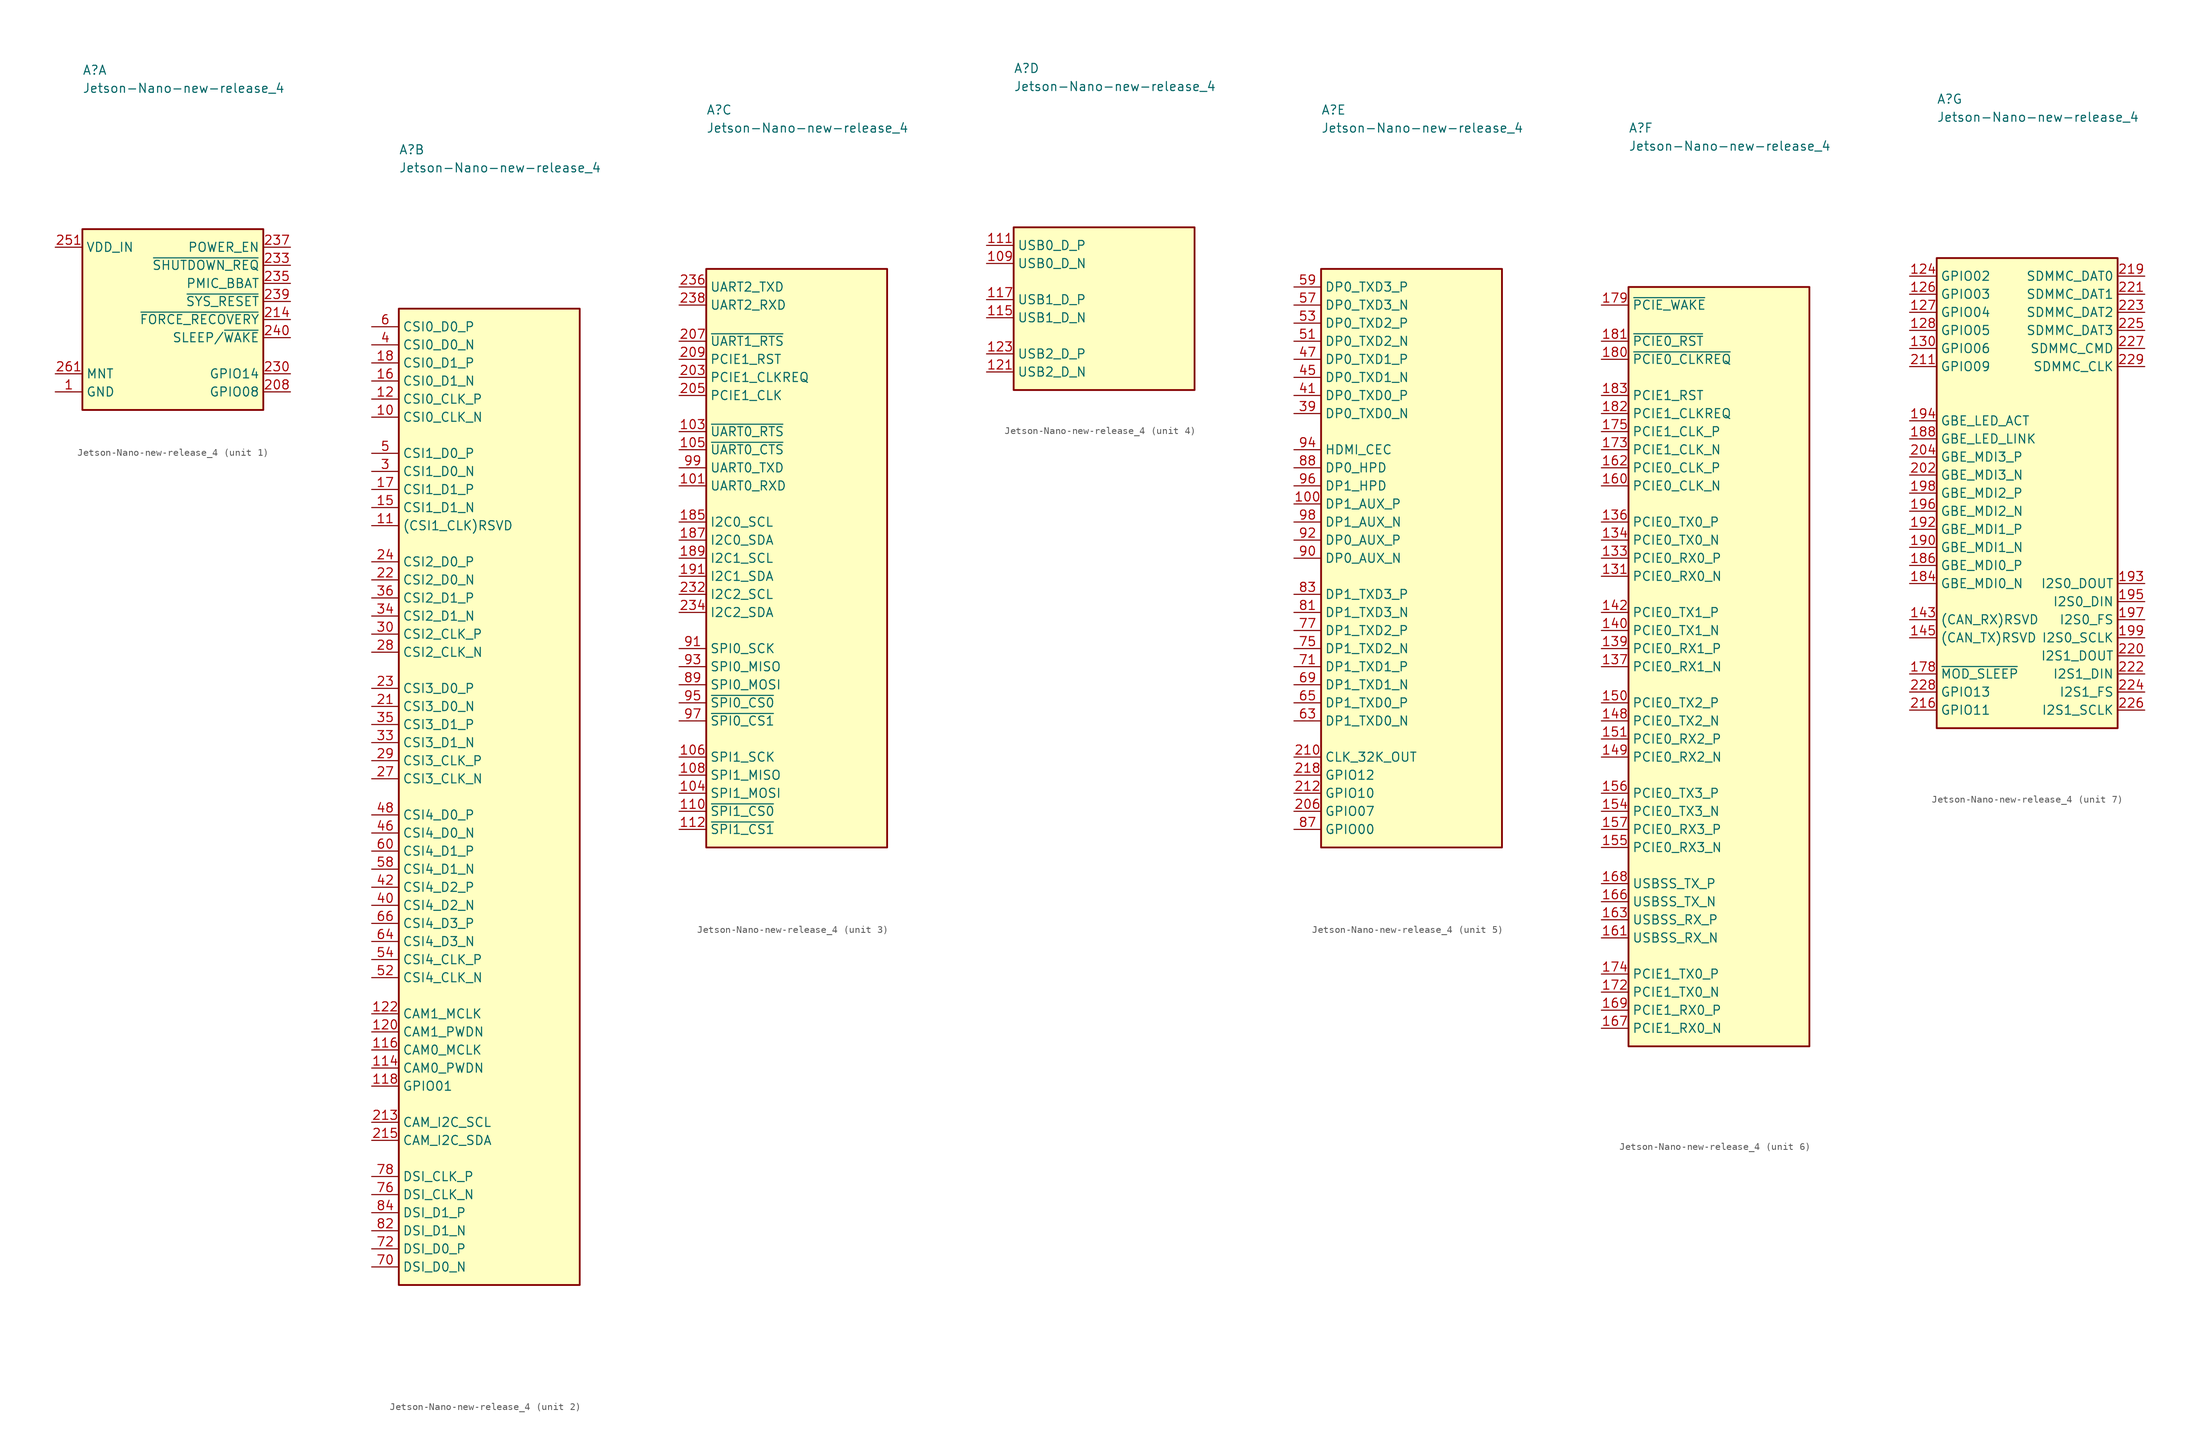
<source format=kicad_sym>
(kicad_symbol_lib
  (version 20231120)
  (generator "kicad_symbol_editor")
  (generator_version "8.0")
  (symbol "Jetson-Nano-new-release_4"
    (property "Reference" "A"
      (at 3.81 24.13 0)
      (effects (font (size 1.27 1.27) (thickness 0.15)) (justify left bottom)))
    (property "Value" "Jetson-Nano-new-release_4"
      (at 3.81 21.59 0)
      (effects (font (size 1.27 1.27) (thickness 0.15)) (justify left bottom)))
    (property "ki_locked" ""
      (at 0 0 0)
      (effects (font (size 1.27 1.27))))
    (symbol "Jetson-Nano-new-release_4_1_1"
      (rectangle (start 3.81 2.54) (end 29.21 -22.86) (stroke (width 0.254) (type default)) (fill (type background)))
      (pin passive line (at 0 -20.32 0) (length 3.81) (name "GND" (effects (font (size 1.27 1.27)))) (number "1" (effects (font (size 1.27 1.27)))))
      (pin passive line (at 0 -20.32 0) (length 3.81) hide (name "GND" (effects (font (size 1.27 1.27)))) (number "102" (effects (font (size 1.27 1.27)))))
      (pin passive line (at 0 -20.32 0) (length 3.81) hide (name "GND" (effects (font (size 1.27 1.27)))) (number "107" (effects (font (size 1.27 1.27)))))
      (pin passive line (at 0 -20.32 0) (length 3.81) hide (name "GND" (effects (font (size 1.27 1.27)))) (number "113" (effects (font (size 1.27 1.27)))))
      (pin passive line (at 0 -20.32 0) (length 3.81) hide (name "GND" (effects (font (size 1.27 1.27)))) (number "119" (effects (font (size 1.27 1.27)))))
      (pin passive line (at 0 -20.32 0) (length 3.81) hide (name "GND" (effects (font (size 1.27 1.27)))) (number "125" (effects (font (size 1.27 1.27)))))
      (pin passive line (at 0 -20.32 0) (length 3.81) hide (name "GND" (effects (font (size 1.27 1.27)))) (number "129" (effects (font (size 1.27 1.27)))))
      (pin passive line (at 0 -20.32 0) (length 3.81) hide (name "GND" (effects (font (size 1.27 1.27)))) (number "13" (effects (font (size 1.27 1.27)))))
      (pin passive line (at 0 -20.32 0) (length 3.81) hide (name "GND" (effects (font (size 1.27 1.27)))) (number "132" (effects (font (size 1.27 1.27)))))
      (pin passive line (at 0 -20.32 0) (length 3.81) hide (name "GND" (effects (font (size 1.27 1.27)))) (number "135" (effects (font (size 1.27 1.27)))))
      (pin passive line (at 0 -20.32 0) (length 3.81) hide (name "GND" (effects (font (size 1.27 1.27)))) (number "138" (effects (font (size 1.27 1.27)))))
      (pin passive line (at 0 -20.32 0) (length 3.81) hide (name "GND" (effects (font (size 1.27 1.27)))) (number "14" (effects (font (size 1.27 1.27)))))
      (pin passive line (at 0 -20.32 0) (length 3.81) hide (name "GND" (effects (font (size 1.27 1.27)))) (number "141" (effects (font (size 1.27 1.27)))))
      (pin passive line (at 0 -20.32 0) (length 3.81) hide (name "GND" (effects (font (size 1.27 1.27)))) (number "144" (effects (font (size 1.27 1.27)))))
      (pin passive line (at 0 -20.32 0) (length 3.81) hide (name "GND" (effects (font (size 1.27 1.27)))) (number "146" (effects (font (size 1.27 1.27)))))
      (pin passive line (at 0 -20.32 0) (length 3.81) hide (name "GND" (effects (font (size 1.27 1.27)))) (number "147" (effects (font (size 1.27 1.27)))))
      (pin passive line (at 0 -20.32 0) (length 3.81) hide (name "GND" (effects (font (size 1.27 1.27)))) (number "152" (effects (font (size 1.27 1.27)))))
      (pin passive line (at 0 -20.32 0) (length 3.81) hide (name "GND" (effects (font (size 1.27 1.27)))) (number "153" (effects (font (size 1.27 1.27)))))
      (pin passive line (at 0 -20.32 0) (length 3.81) hide (name "GND" (effects (font (size 1.27 1.27)))) (number "158" (effects (font (size 1.27 1.27)))))
      (pin passive line (at 0 -20.32 0) (length 3.81) hide (name "GND" (effects (font (size 1.27 1.27)))) (number "159" (effects (font (size 1.27 1.27)))))
      (pin passive line (at 0 -20.32 0) (length 3.81) hide (name "GND" (effects (font (size 1.27 1.27)))) (number "164" (effects (font (size 1.27 1.27)))))
      (pin passive line (at 0 -20.32 0) (length 3.81) hide (name "GND" (effects (font (size 1.27 1.27)))) (number "165" (effects (font (size 1.27 1.27)))))
      (pin passive line (at 0 -20.32 0) (length 3.81) hide (name "GND" (effects (font (size 1.27 1.27)))) (number "170" (effects (font (size 1.27 1.27)))))
      (pin passive line (at 0 -20.32 0) (length 3.81) hide (name "GND" (effects (font (size 1.27 1.27)))) (number "171" (effects (font (size 1.27 1.27)))))
      (pin passive line (at 0 -20.32 0) (length 3.81) hide (name "GND" (effects (font (size 1.27 1.27)))) (number "176" (effects (font (size 1.27 1.27)))))
      (pin passive line (at 0 -20.32 0) (length 3.81) hide (name "GND" (effects (font (size 1.27 1.27)))) (number "177" (effects (font (size 1.27 1.27)))))
      (pin passive line (at 0 -20.32 0) (length 3.81) hide (name "GND" (effects (font (size 1.27 1.27)))) (number "19" (effects (font (size 1.27 1.27)))))
      (pin passive line (at 0 -20.32 0) (length 3.81) hide (name "GND" (effects (font (size 1.27 1.27)))) (number "2" (effects (font (size 1.27 1.27)))))
      (pin passive line (at 0 -20.32 0) (length 3.81) hide (name "GND" (effects (font (size 1.27 1.27)))) (number "20" (effects (font (size 1.27 1.27)))))
      (pin passive line (at 0 -20.32 0) (length 3.81) hide (name "GND" (effects (font (size 1.27 1.27)))) (number "200" (effects (font (size 1.27 1.27)))))
      (pin passive line (at 0 -20.32 0) (length 3.81) hide (name "GND" (effects (font (size 1.27 1.27)))) (number "201" (effects (font (size 1.27 1.27)))))
      (pin passive line (at 33.02 -20.32 180) (length 3.81) (name "GPIO08" (effects (font (size 1.27 1.27)))) (number "208" (effects (font (size 1.27 1.27)))))
      (pin passive line (at 33.02 -10.16 180) (length 3.81) (name "~{FORCE_RECOVERY}" (effects (font (size 1.27 1.27)))) (number "214" (effects (font (size 1.27 1.27)))))
      (pin passive line (at 0 -20.32 0) (length 3.81) hide (name "GND" (effects (font (size 1.27 1.27)))) (number "217" (effects (font (size 1.27 1.27)))))
      (pin passive line (at 33.02 -17.78 180) (length 3.81) (name "GPIO14" (effects (font (size 1.27 1.27)))) (number "230" (effects (font (size 1.27 1.27)))))
      (pin passive line (at 0 -20.32 0) (length 3.81) hide (name "GND" (effects (font (size 1.27 1.27)))) (number "231" (effects (font (size 1.27 1.27)))))
      (pin passive line (at 33.02 -2.54 180) (length 3.81) (name "~{SHUTDOWN_REQ}" (effects (font (size 1.27 1.27)))) (number "233" (effects (font (size 1.27 1.27)))))
      (pin passive line (at 33.02 -5.08 180) (length 3.81) (name "PMIC_BBAT" (effects (font (size 1.27 1.27)))) (number "235" (effects (font (size 1.27 1.27)))))
      (pin passive line (at 33.02 0 180) (length 3.81) (name "POWER_EN" (effects (font (size 1.27 1.27)))) (number "237" (effects (font (size 1.27 1.27)))))
      (pin passive line (at 33.02 -7.62 180) (length 3.81) (name "~{SYS_RESET}" (effects (font (size 1.27 1.27)))) (number "239" (effects (font (size 1.27 1.27)))))
      (pin passive line (at 33.02 -12.7 180) (length 3.81) (name "SLEEP/~{WAKE}" (effects (font (size 1.27 1.27)))) (number "240" (effects (font (size 1.27 1.27)))))
      (pin passive line (at 0 -20.32 0) (length 3.81) hide (name "GND" (effects (font (size 1.27 1.27)))) (number "241" (effects (font (size 1.27 1.27)))))
      (pin passive line (at 0 -20.32 0) (length 3.81) hide (name "GND" (effects (font (size 1.27 1.27)))) (number "242" (effects (font (size 1.27 1.27)))))
      (pin passive line (at 0 -20.32 0) (length 3.81) hide (name "GND" (effects (font (size 1.27 1.27)))) (number "243" (effects (font (size 1.27 1.27)))))
      (pin passive line (at 0 -20.32 0) (length 3.81) hide (name "GND" (effects (font (size 1.27 1.27)))) (number "244" (effects (font (size 1.27 1.27)))))
      (pin passive line (at 0 -20.32 0) (length 3.81) hide (name "GND" (effects (font (size 1.27 1.27)))) (number "245" (effects (font (size 1.27 1.27)))))
      (pin passive line (at 0 -20.32 0) (length 3.81) hide (name "GND" (effects (font (size 1.27 1.27)))) (number "246" (effects (font (size 1.27 1.27)))))
      (pin passive line (at 0 -20.32 0) (length 3.81) hide (name "GND" (effects (font (size 1.27 1.27)))) (number "247" (effects (font (size 1.27 1.27)))))
      (pin passive line (at 0 -20.32 0) (length 3.81) hide (name "GND" (effects (font (size 1.27 1.27)))) (number "248" (effects (font (size 1.27 1.27)))))
      (pin passive line (at 0 -20.32 0) (length 3.81) hide (name "GND" (effects (font (size 1.27 1.27)))) (number "249" (effects (font (size 1.27 1.27)))))
      (pin passive line (at 0 -20.32 0) (length 3.81) hide (name "GND" (effects (font (size 1.27 1.27)))) (number "25" (effects (font (size 1.27 1.27)))))
      (pin passive line (at 0 -20.32 0) (length 3.81) hide (name "GND" (effects (font (size 1.27 1.27)))) (number "250" (effects (font (size 1.27 1.27)))))
      (pin passive line (at 0 0 0) (length 3.81) (name "VDD_IN" (effects (font (size 1.27 1.27)))) (number "251" (effects (font (size 1.27 1.27)))))
      (pin passive line (at 0 0 0) (length 3.81) hide (name "VDD_IN" (effects (font (size 1.27 1.27)))) (number "252" (effects (font (size 1.27 1.27)))))
      (pin passive line (at 0 0 0) (length 3.81) hide (name "VDD_IN" (effects (font (size 1.27 1.27)))) (number "253" (effects (font (size 1.27 1.27)))))
      (pin passive line (at 0 0 0) (length 3.81) hide (name "VDD_IN" (effects (font (size 1.27 1.27)))) (number "254" (effects (font (size 1.27 1.27)))))
      (pin passive line (at 0 0 0) (length 3.81) hide (name "VDD_IN" (effects (font (size 1.27 1.27)))) (number "255" (effects (font (size 1.27 1.27)))))
      (pin passive line (at 0 0 0) (length 3.81) hide (name "VDD_IN" (effects (font (size 1.27 1.27)))) (number "256" (effects (font (size 1.27 1.27)))))
      (pin passive line (at 0 0 0) (length 3.81) hide (name "VDD_IN" (effects (font (size 1.27 1.27)))) (number "257" (effects (font (size 1.27 1.27)))))
      (pin passive line (at 0 0 0) (length 3.81) hide (name "VDD_IN" (effects (font (size 1.27 1.27)))) (number "258" (effects (font (size 1.27 1.27)))))
      (pin passive line (at 0 0 0) (length 3.81) hide (name "VDD_IN" (effects (font (size 1.27 1.27)))) (number "259" (effects (font (size 1.27 1.27)))))
      (pin passive line (at 0 -20.32 0) (length 3.81) hide (name "GND" (effects (font (size 1.27 1.27)))) (number "26" (effects (font (size 1.27 1.27)))))
      (pin passive line (at 0 0 0) (length 3.81) hide (name "VDD_IN" (effects (font (size 1.27 1.27)))) (number "260" (effects (font (size 1.27 1.27)))))
      (pin passive line (at 0 -17.78 0) (length 3.81) (name "MNT" (effects (font (size 1.27 1.27)))) (number "261" (effects (font (size 1.27 1.27)))))
      (pin passive line (at 0 -17.78 0) (length 3.81) hide (name "MNT" (effects (font (size 1.27 1.27)))) (number "262" (effects (font (size 1.27 1.27)))))
      (pin passive line (at 0 -20.32 0) (length 3.81) hide (name "GND" (effects (font (size 1.27 1.27)))) (number "31" (effects (font (size 1.27 1.27)))))
      (pin passive line (at 0 -20.32 0) (length 3.81) hide (name "GND" (effects (font (size 1.27 1.27)))) (number "32" (effects (font (size 1.27 1.27)))))
      (pin passive line (at 0 -20.32 0) (length 3.81) hide (name "GND" (effects (font (size 1.27 1.27)))) (number "37" (effects (font (size 1.27 1.27)))))
      (pin passive line (at 0 -20.32 0) (length 3.81) hide (name "GND" (effects (font (size 1.27 1.27)))) (number "38" (effects (font (size 1.27 1.27)))))
      (pin passive line (at 0 -20.32 0) (length 3.81) hide (name "GND" (effects (font (size 1.27 1.27)))) (number "43" (effects (font (size 1.27 1.27)))))
      (pin passive line (at 0 -20.32 0) (length 3.81) hide (name "GND" (effects (font (size 1.27 1.27)))) (number "44" (effects (font (size 1.27 1.27)))))
      (pin passive line (at 0 -20.32 0) (length 3.81) hide (name "GND" (effects (font (size 1.27 1.27)))) (number "49" (effects (font (size 1.27 1.27)))))
      (pin passive line (at 0 -20.32 0) (length 3.81) hide (name "GND" (effects (font (size 1.27 1.27)))) (number "50" (effects (font (size 1.27 1.27)))))
      (pin passive line (at 0 -20.32 0) (length 3.81) hide (name "GND" (effects (font (size 1.27 1.27)))) (number "55" (effects (font (size 1.27 1.27)))))
      (pin passive line (at 0 -20.32 0) (length 3.81) hide (name "GND" (effects (font (size 1.27 1.27)))) (number "56" (effects (font (size 1.27 1.27)))))
      (pin passive line (at 0 -20.32 0) (length 3.81) hide (name "GND" (effects (font (size 1.27 1.27)))) (number "61" (effects (font (size 1.27 1.27)))))
      (pin passive line (at 0 -20.32 0) (length 3.81) hide (name "GND" (effects (font (size 1.27 1.27)))) (number "62" (effects (font (size 1.27 1.27)))))
      (pin passive line (at 0 -20.32 0) (length 3.81) hide (name "GND" (effects (font (size 1.27 1.27)))) (number "67" (effects (font (size 1.27 1.27)))))
      (pin passive line (at 0 -20.32 0) (length 3.81) hide (name "GND" (effects (font (size 1.27 1.27)))) (number "68" (effects (font (size 1.27 1.27)))))
      (pin passive line (at 0 -20.32 0) (length 3.81) hide (name "GND" (effects (font (size 1.27 1.27)))) (number "7" (effects (font (size 1.27 1.27)))))
      (pin passive line (at 0 -20.32 0) (length 3.81) hide (name "GND" (effects (font (size 1.27 1.27)))) (number "73" (effects (font (size 1.27 1.27)))))
      (pin passive line (at 0 -20.32 0) (length 3.81) hide (name "GND" (effects (font (size 1.27 1.27)))) (number "74" (effects (font (size 1.27 1.27)))))
      (pin passive line (at 0 -20.32 0) (length 3.81) hide (name "GND" (effects (font (size 1.27 1.27)))) (number "79" (effects (font (size 1.27 1.27)))))
      (pin passive line (at 0 -20.32 0) (length 3.81) hide (name "GND" (effects (font (size 1.27 1.27)))) (number "8" (effects (font (size 1.27 1.27)))))
      (pin passive line (at 0 -20.32 0) (length 3.81) hide (name "GND" (effects (font (size 1.27 1.27)))) (number "80" (effects (font (size 1.27 1.27)))))
      (pin passive line (at 0 -20.32 0) (length 3.81) hide (name "GND" (effects (font (size 1.27 1.27)))) (number "85" (effects (font (size 1.27 1.27)))))
      (pin passive line (at 0 -20.32 0) (length 3.81) hide (name "GND" (effects (font (size 1.27 1.27)))) (number "86" (effects (font (size 1.27 1.27))))))
    (symbol "Jetson-Nano-new-release_4_2_1"
      (rectangle (start 3.81 2.54) (end 29.21 -134.62) (stroke (width 0.254) (type default)) (fill (type background)))
      (pin passive line (at 0 -12.7 0) (length 3.81) (name "CSI0_CLK_N" (effects (font (size 1.27 1.27)))) (number "10" (effects (font (size 1.27 1.27)))))
      (pin passive line (at 0 -27.94 0) (length 3.81) (name "(CSI1_CLK)RSVD" (effects (font (size 1.27 1.27)))) (number "11" (effects (font (size 1.27 1.27)))))
      (pin passive line (at 0 -104.14 0) (length 3.81) (name "CAM0_PWDN" (effects (font (size 1.27 1.27)))) (number "114" (effects (font (size 1.27 1.27)))))
      (pin passive line (at 0 -101.6 0) (length 3.81) (name "CAM0_MCLK" (effects (font (size 1.27 1.27)))) (number "116" (effects (font (size 1.27 1.27)))))
      (pin passive line (at 0 -106.68 0) (length 3.81) (name "GPIO01" (effects (font (size 1.27 1.27)))) (number "118" (effects (font (size 1.27 1.27)))))
      (pin passive line (at 0 -10.16 0) (length 3.81) (name "CSI0_CLK_P" (effects (font (size 1.27 1.27)))) (number "12" (effects (font (size 1.27 1.27)))))
      (pin passive line (at 0 -99.06 0) (length 3.81) (name "CAM1_PWDN" (effects (font (size 1.27 1.27)))) (number "120" (effects (font (size 1.27 1.27)))))
      (pin passive line (at 0 -96.52 0) (length 3.81) (name "CAM1_MCLK" (effects (font (size 1.27 1.27)))) (number "122" (effects (font (size 1.27 1.27)))))
      (pin passive line (at 0 -25.4 0) (length 3.81) (name "CSI1_D1_N" (effects (font (size 1.27 1.27)))) (number "15" (effects (font (size 1.27 1.27)))))
      (pin passive line (at 0 -7.62 0) (length 3.81) (name "CSI0_D1_N" (effects (font (size 1.27 1.27)))) (number "16" (effects (font (size 1.27 1.27)))))
      (pin passive line (at 0 -22.86 0) (length 3.81) (name "CSI1_D1_P" (effects (font (size 1.27 1.27)))) (number "17" (effects (font (size 1.27 1.27)))))
      (pin passive line (at 0 -5.08 0) (length 3.81) (name "CSI0_D1_P" (effects (font (size 1.27 1.27)))) (number "18" (effects (font (size 1.27 1.27)))))
      (pin passive line (at 0 -53.34 0) (length 3.81) (name "CSI3_D0_N" (effects (font (size 1.27 1.27)))) (number "21" (effects (font (size 1.27 1.27)))))
      (pin passive line (at 0 -111.76 0) (length 3.81) (name "CAM_I2C_SCL" (effects (font (size 1.27 1.27)))) (number "213" (effects (font (size 1.27 1.27)))))
      (pin passive line (at 0 -114.3 0) (length 3.81) (name "CAM_I2C_SDA" (effects (font (size 1.27 1.27)))) (number "215" (effects (font (size 1.27 1.27)))))
      (pin passive line (at 0 -35.56 0) (length 3.81) (name "CSI2_D0_N" (effects (font (size 1.27 1.27)))) (number "22" (effects (font (size 1.27 1.27)))))
      (pin passive line (at 0 -50.8 0) (length 3.81) (name "CSI3_D0_P" (effects (font (size 1.27 1.27)))) (number "23" (effects (font (size 1.27 1.27)))))
      (pin passive line (at 0 -33.02 0) (length 3.81) (name "CSI2_D0_P" (effects (font (size 1.27 1.27)))) (number "24" (effects (font (size 1.27 1.27)))))
      (pin passive line (at 0 -63.5 0) (length 3.81) (name "CSI3_CLK_N" (effects (font (size 1.27 1.27)))) (number "27" (effects (font (size 1.27 1.27)))))
      (pin passive line (at 0 -45.72 0) (length 3.81) (name "CSI2_CLK_N" (effects (font (size 1.27 1.27)))) (number "28" (effects (font (size 1.27 1.27)))))
      (pin passive line (at 0 -60.96 0) (length 3.81) (name "CSI3_CLK_P" (effects (font (size 1.27 1.27)))) (number "29" (effects (font (size 1.27 1.27)))))
      (pin passive line (at 0 -20.32 0) (length 3.81) (name "CSI1_D0_N" (effects (font (size 1.27 1.27)))) (number "3" (effects (font (size 1.27 1.27)))))
      (pin passive line (at 0 -43.18 0) (length 3.81) (name "CSI2_CLK_P" (effects (font (size 1.27 1.27)))) (number "30" (effects (font (size 1.27 1.27)))))
      (pin passive line (at 0 -58.42 0) (length 3.81) (name "CSI3_D1_N" (effects (font (size 1.27 1.27)))) (number "33" (effects (font (size 1.27 1.27)))))
      (pin passive line (at 0 -40.64 0) (length 3.81) (name "CSI2_D1_N" (effects (font (size 1.27 1.27)))) (number "34" (effects (font (size 1.27 1.27)))))
      (pin passive line (at 0 -55.88 0) (length 3.81) (name "CSI3_D1_P" (effects (font (size 1.27 1.27)))) (number "35" (effects (font (size 1.27 1.27)))))
      (pin passive line (at 0 -38.1 0) (length 3.81) (name "CSI2_D1_P" (effects (font (size 1.27 1.27)))) (number "36" (effects (font (size 1.27 1.27)))))
      (pin passive line (at 0 -2.54 0) (length 3.81) (name "CSI0_D0_N" (effects (font (size 1.27 1.27)))) (number "4" (effects (font (size 1.27 1.27)))))
      (pin passive line (at 0 -81.28 0) (length 3.81) (name "CSI4_D2_N" (effects (font (size 1.27 1.27)))) (number "40" (effects (font (size 1.27 1.27)))))
      (pin passive line (at 0 -78.74 0) (length 3.81) (name "CSI4_D2_P" (effects (font (size 1.27 1.27)))) (number "42" (effects (font (size 1.27 1.27)))))
      (pin passive line (at 0 -71.12 0) (length 3.81) (name "CSI4_D0_N" (effects (font (size 1.27 1.27)))) (number "46" (effects (font (size 1.27 1.27)))))
      (pin passive line (at 0 -68.58 0) (length 3.81) (name "CSI4_D0_P" (effects (font (size 1.27 1.27)))) (number "48" (effects (font (size 1.27 1.27)))))
      (pin passive line (at 0 -17.78 0) (length 3.81) (name "CSI1_D0_P" (effects (font (size 1.27 1.27)))) (number "5" (effects (font (size 1.27 1.27)))))
      (pin passive line (at 0 -91.44 0) (length 3.81) (name "CSI4_CLK_N" (effects (font (size 1.27 1.27)))) (number "52" (effects (font (size 1.27 1.27)))))
      (pin passive line (at 0 -88.9 0) (length 3.81) (name "CSI4_CLK_P" (effects (font (size 1.27 1.27)))) (number "54" (effects (font (size 1.27 1.27)))))
      (pin passive line (at 0 -76.2 0) (length 3.81) (name "CSI4_D1_N" (effects (font (size 1.27 1.27)))) (number "58" (effects (font (size 1.27 1.27)))))
      (pin passive line (at 0 0 0) (length 3.81) (name "CSI0_D0_P" (effects (font (size 1.27 1.27)))) (number "6" (effects (font (size 1.27 1.27)))))
      (pin passive line (at 0 -73.66 0) (length 3.81) (name "CSI4_D1_P" (effects (font (size 1.27 1.27)))) (number "60" (effects (font (size 1.27 1.27)))))
      (pin passive line (at 0 -86.36 0) (length 3.81) (name "CSI4_D3_N" (effects (font (size 1.27 1.27)))) (number "64" (effects (font (size 1.27 1.27)))))
      (pin passive line (at 0 -83.82 0) (length 3.81) (name "CSI4_D3_P" (effects (font (size 1.27 1.27)))) (number "66" (effects (font (size 1.27 1.27)))))
      (pin passive line (at 0 -132.08 0) (length 3.81) (name "DSI_D0_N" (effects (font (size 1.27 1.27)))) (number "70" (effects (font (size 1.27 1.27)))))
      (pin passive line (at 0 -129.54 0) (length 3.81) (name "DSI_D0_P" (effects (font (size 1.27 1.27)))) (number "72" (effects (font (size 1.27 1.27)))))
      (pin passive line (at 0 -121.92 0) (length 3.81) (name "DSI_CLK_N" (effects (font (size 1.27 1.27)))) (number "76" (effects (font (size 1.27 1.27)))))
      (pin passive line (at 0 -119.38 0) (length 3.81) (name "DSI_CLK_P" (effects (font (size 1.27 1.27)))) (number "78" (effects (font (size 1.27 1.27)))))
      (pin passive line (at 0 -127 0) (length 3.81) (name "DSI_D1_N" (effects (font (size 1.27 1.27)))) (number "82" (effects (font (size 1.27 1.27)))))
      (pin passive line (at 0 -124.46 0) (length 3.81) (name "DSI_D1_P" (effects (font (size 1.27 1.27)))) (number "84" (effects (font (size 1.27 1.27)))))
      (pin passive line (at 0 -27.94 0) (length 3.81) hide (name "(CSI1_CLK)RSVD" (effects (font (size 1.27 1.27)))) (number "9" (effects (font (size 1.27 1.27))))))
    (symbol "Jetson-Nano-new-release_4_3_1"
      (rectangle (start 3.81 2.54) (end 29.21 -78.74) (stroke (width 0.254) (type default)) (fill (type background)))
      (pin passive line (at 0 -27.94 0) (length 3.81) (name "UART0_RXD" (effects (font (size 1.27 1.27)))) (number "101" (effects (font (size 1.27 1.27)))))
      (pin passive line (at 0 -20.32 0) (length 3.81) (name "~{UART0_RTS}" (effects (font (size 1.27 1.27)))) (number "103" (effects (font (size 1.27 1.27)))))
      (pin passive line (at 0 -71.12 0) (length 3.81) (name "SPI1_MOSI" (effects (font (size 1.27 1.27)))) (number "104" (effects (font (size 1.27 1.27)))))
      (pin passive line (at 0 -22.86 0) (length 3.81) (name "~{UART0_CTS}" (effects (font (size 1.27 1.27)))) (number "105" (effects (font (size 1.27 1.27)))))
      (pin passive line (at 0 -66.04 0) (length 3.81) (name "SPI1_SCK" (effects (font (size 1.27 1.27)))) (number "106" (effects (font (size 1.27 1.27)))))
      (pin passive line (at 0 -68.58 0) (length 3.81) (name "SPI1_MISO" (effects (font (size 1.27 1.27)))) (number "108" (effects (font (size 1.27 1.27)))))
      (pin passive line (at 0 -73.66 0) (length 3.81) (name "~{SPI1_CS0}" (effects (font (size 1.27 1.27)))) (number "110" (effects (font (size 1.27 1.27)))))
      (pin passive line (at 0 -76.2 0) (length 3.81) (name "~{SPI1_CS1}" (effects (font (size 1.27 1.27)))) (number "112" (effects (font (size 1.27 1.27)))))
      (pin passive line (at 0 -33.02 0) (length 3.81) (name "I2C0_SCL" (effects (font (size 1.27 1.27)))) (number "185" (effects (font (size 1.27 1.27)))))
      (pin passive line (at 0 -35.56 0) (length 3.81) (name "I2C0_SDA" (effects (font (size 1.27 1.27)))) (number "187" (effects (font (size 1.27 1.27)))))
      (pin passive line (at 0 -38.1 0) (length 3.81) (name "I2C1_SCL" (effects (font (size 1.27 1.27)))) (number "189" (effects (font (size 1.27 1.27)))))
      (pin passive line (at 0 -40.64 0) (length 3.81) (name "I2C1_SDA" (effects (font (size 1.27 1.27)))) (number "191" (effects (font (size 1.27 1.27)))))
      (pin passive line (at 0 -12.7 0) (length 3.81) (name "PCIE1_CLKREQ" (effects (font (size 1.27 1.27)))) (number "203" (effects (font (size 1.27 1.27)))))
      (pin passive line (at 0 -15.24 0) (length 3.81) (name "PCIE1_CLK" (effects (font (size 1.27 1.27)))) (number "205" (effects (font (size 1.27 1.27)))))
      (pin passive line (at 0 -7.62 0) (length 3.81) (name "~{UART1_RTS}" (effects (font (size 1.27 1.27)))) (number "207" (effects (font (size 1.27 1.27)))))
      (pin passive line (at 0 -10.16 0) (length 3.81) (name "PCIE1_RST" (effects (font (size 1.27 1.27)))) (number "209" (effects (font (size 1.27 1.27)))))
      (pin passive line (at 0 -43.18 0) (length 3.81) (name "I2C2_SCL" (effects (font (size 1.27 1.27)))) (number "232" (effects (font (size 1.27 1.27)))))
      (pin passive line (at 0 -45.72 0) (length 3.81) (name "I2C2_SDA" (effects (font (size 1.27 1.27)))) (number "234" (effects (font (size 1.27 1.27)))))
      (pin passive line (at 0 0 0) (length 3.81) (name "UART2_TXD" (effects (font (size 1.27 1.27)))) (number "236" (effects (font (size 1.27 1.27)))))
      (pin passive line (at 0 -2.54 0) (length 3.81) (name "UART2_RXD" (effects (font (size 1.27 1.27)))) (number "238" (effects (font (size 1.27 1.27)))))
      (pin passive line (at 0 -55.88 0) (length 3.81) (name "SPI0_MOSI" (effects (font (size 1.27 1.27)))) (number "89" (effects (font (size 1.27 1.27)))))
      (pin passive line (at 0 -50.8 0) (length 3.81) (name "SPI0_SCK" (effects (font (size 1.27 1.27)))) (number "91" (effects (font (size 1.27 1.27)))))
      (pin passive line (at 0 -53.34 0) (length 3.81) (name "SPI0_MISO" (effects (font (size 1.27 1.27)))) (number "93" (effects (font (size 1.27 1.27)))))
      (pin passive line (at 0 -58.42 0) (length 3.81) (name "~{SPI0_CS0}" (effects (font (size 1.27 1.27)))) (number "95" (effects (font (size 1.27 1.27)))))
      (pin passive line (at 0 -60.96 0) (length 3.81) (name "~{SPI0_CS1}" (effects (font (size 1.27 1.27)))) (number "97" (effects (font (size 1.27 1.27)))))
      (pin passive line (at 0 -25.4 0) (length 3.81) (name "UART0_TXD" (effects (font (size 1.27 1.27)))) (number "99" (effects (font (size 1.27 1.27))))))
    (symbol "Jetson-Nano-new-release_4_4_1"
      (rectangle (start 3.81 2.54) (end 29.21 -20.32) (stroke (width 0.254) (type default)) (fill (type background)))
      (pin passive line (at 0 -2.54 0) (length 3.81) (name "USB0_D_N" (effects (font (size 1.27 1.27)))) (number "109" (effects (font (size 1.27 1.27)))))
      (pin passive line (at 0 0 0) (length 3.81) (name "USB0_D_P" (effects (font (size 1.27 1.27)))) (number "111" (effects (font (size 1.27 1.27)))))
      (pin passive line (at 0 -10.16 0) (length 3.81) (name "USB1_D_N" (effects (font (size 1.27 1.27)))) (number "115" (effects (font (size 1.27 1.27)))))
      (pin passive line (at 0 -7.62 0) (length 3.81) (name "USB1_D_P" (effects (font (size 1.27 1.27)))) (number "117" (effects (font (size 1.27 1.27)))))
      (pin passive line (at 0 -17.78 0) (length 3.81) (name "USB2_D_N" (effects (font (size 1.27 1.27)))) (number "121" (effects (font (size 1.27 1.27)))))
      (pin passive line (at 0 -15.24 0) (length 3.81) (name "USB2_D_P" (effects (font (size 1.27 1.27)))) (number "123" (effects (font (size 1.27 1.27))))))
    (symbol "Jetson-Nano-new-release_4_5_1"
      (rectangle (start 3.81 2.54) (end 29.21 -78.74) (stroke (width 0.254) (type default)) (fill (type background)))
      (pin passive line (at 0 -30.48 0) (length 3.81) (name "DP1_AUX_P" (effects (font (size 1.27 1.27)))) (number "100" (effects (font (size 1.27 1.27)))))
      (pin passive line (at 0 -73.66 0) (length 3.81) (name "GPIO07" (effects (font (size 1.27 1.27)))) (number "206" (effects (font (size 1.27 1.27)))))
      (pin passive line (at 0 -66.04 0) (length 3.81) (name "CLK_32K_OUT" (effects (font (size 1.27 1.27)))) (number "210" (effects (font (size 1.27 1.27)))))
      (pin passive line (at 0 -71.12 0) (length 3.81) (name "GPIO10" (effects (font (size 1.27 1.27)))) (number "212" (effects (font (size 1.27 1.27)))))
      (pin passive line (at 0 -68.58 0) (length 3.81) (name "GPIO12" (effects (font (size 1.27 1.27)))) (number "218" (effects (font (size 1.27 1.27)))))
      (pin passive line (at 0 -17.78 0) (length 3.81) (name "DP0_TXD0_N" (effects (font (size 1.27 1.27)))) (number "39" (effects (font (size 1.27 1.27)))))
      (pin passive line (at 0 -15.24 0) (length 3.81) (name "DP0_TXD0_P" (effects (font (size 1.27 1.27)))) (number "41" (effects (font (size 1.27 1.27)))))
      (pin passive line (at 0 -12.7 0) (length 3.81) (name "DP0_TXD1_N" (effects (font (size 1.27 1.27)))) (number "45" (effects (font (size 1.27 1.27)))))
      (pin passive line (at 0 -10.16 0) (length 3.81) (name "DP0_TXD1_P" (effects (font (size 1.27 1.27)))) (number "47" (effects (font (size 1.27 1.27)))))
      (pin passive line (at 0 -7.62 0) (length 3.81) (name "DP0_TXD2_N" (effects (font (size 1.27 1.27)))) (number "51" (effects (font (size 1.27 1.27)))))
      (pin passive line (at 0 -5.08 0) (length 3.81) (name "DP0_TXD2_P" (effects (font (size 1.27 1.27)))) (number "53" (effects (font (size 1.27 1.27)))))
      (pin passive line (at 0 -2.54 0) (length 3.81) (name "DP0_TXD3_N" (effects (font (size 1.27 1.27)))) (number "57" (effects (font (size 1.27 1.27)))))
      (pin passive line (at 0 0 0) (length 3.81) (name "DP0_TXD3_P" (effects (font (size 1.27 1.27)))) (number "59" (effects (font (size 1.27 1.27)))))
      (pin passive line (at 0 -60.96 0) (length 3.81) (name "DP1_TXD0_N" (effects (font (size 1.27 1.27)))) (number "63" (effects (font (size 1.27 1.27)))))
      (pin passive line (at 0 -58.42 0) (length 3.81) (name "DP1_TXD0_P" (effects (font (size 1.27 1.27)))) (number "65" (effects (font (size 1.27 1.27)))))
      (pin passive line (at 0 -55.88 0) (length 3.81) (name "DP1_TXD1_N" (effects (font (size 1.27 1.27)))) (number "69" (effects (font (size 1.27 1.27)))))
      (pin passive line (at 0 -53.34 0) (length 3.81) (name "DP1_TXD1_P" (effects (font (size 1.27 1.27)))) (number "71" (effects (font (size 1.27 1.27)))))
      (pin passive line (at 0 -50.8 0) (length 3.81) (name "DP1_TXD2_N" (effects (font (size 1.27 1.27)))) (number "75" (effects (font (size 1.27 1.27)))))
      (pin passive line (at 0 -48.26 0) (length 3.81) (name "DP1_TXD2_P" (effects (font (size 1.27 1.27)))) (number "77" (effects (font (size 1.27 1.27)))))
      (pin passive line (at 0 -45.72 0) (length 3.81) (name "DP1_TXD3_N" (effects (font (size 1.27 1.27)))) (number "81" (effects (font (size 1.27 1.27)))))
      (pin passive line (at 0 -43.18 0) (length 3.81) (name "DP1_TXD3_P" (effects (font (size 1.27 1.27)))) (number "83" (effects (font (size 1.27 1.27)))))
      (pin passive line (at 0 -76.2 0) (length 3.81) (name "GPIO00" (effects (font (size 1.27 1.27)))) (number "87" (effects (font (size 1.27 1.27)))))
      (pin passive line (at 0 -25.4 0) (length 3.81) (name "DP0_HPD" (effects (font (size 1.27 1.27)))) (number "88" (effects (font (size 1.27 1.27)))))
      (pin passive line (at 0 -38.1 0) (length 3.81) (name "DP0_AUX_N" (effects (font (size 1.27 1.27)))) (number "90" (effects (font (size 1.27 1.27)))))
      (pin passive line (at 0 -35.56 0) (length 3.81) (name "DP0_AUX_P" (effects (font (size 1.27 1.27)))) (number "92" (effects (font (size 1.27 1.27)))))
      (pin passive line (at 0 -22.86 0) (length 3.81) (name "HDMI_CEC" (effects (font (size 1.27 1.27)))) (number "94" (effects (font (size 1.27 1.27)))))
      (pin passive line (at 0 -27.94 0) (length 3.81) (name "DP1_HPD" (effects (font (size 1.27 1.27)))) (number "96" (effects (font (size 1.27 1.27)))))
      (pin passive line (at 0 -33.02 0) (length 3.81) (name "DP1_AUX_N" (effects (font (size 1.27 1.27)))) (number "98" (effects (font (size 1.27 1.27))))))
    (symbol "Jetson-Nano-new-release_4_6_1"
      (rectangle (start 3.81 2.54) (end 29.21 -104.14) (stroke (width 0.254) (type default)) (fill (type background)))
      (pin passive line (at 0 -38.1 0) (length 3.81) (name "PCIE0_RX0_N" (effects (font (size 1.27 1.27)))) (number "131" (effects (font (size 1.27 1.27)))))
      (pin passive line (at 0 -35.56 0) (length 3.81) (name "PCIE0_RX0_P" (effects (font (size 1.27 1.27)))) (number "133" (effects (font (size 1.27 1.27)))))
      (pin passive line (at 0 -33.02 0) (length 3.81) (name "PCIE0_TX0_N" (effects (font (size 1.27 1.27)))) (number "134" (effects (font (size 1.27 1.27)))))
      (pin passive line (at 0 -30.48 0) (length 3.81) (name "PCIE0_TX0_P" (effects (font (size 1.27 1.27)))) (number "136" (effects (font (size 1.27 1.27)))))
      (pin passive line (at 0 -50.8 0) (length 3.81) (name "PCIE0_RX1_N" (effects (font (size 1.27 1.27)))) (number "137" (effects (font (size 1.27 1.27)))))
      (pin passive line (at 0 -48.26 0) (length 3.81) (name "PCIE0_RX1_P" (effects (font (size 1.27 1.27)))) (number "139" (effects (font (size 1.27 1.27)))))
      (pin passive line (at 0 -45.72 0) (length 3.81) (name "PCIE0_TX1_N" (effects (font (size 1.27 1.27)))) (number "140" (effects (font (size 1.27 1.27)))))
      (pin passive line (at 0 -43.18 0) (length 3.81) (name "PCIE0_TX1_P" (effects (font (size 1.27 1.27)))) (number "142" (effects (font (size 1.27 1.27)))))
      (pin passive line (at 0 -58.42 0) (length 3.81) (name "PCIE0_TX2_N" (effects (font (size 1.27 1.27)))) (number "148" (effects (font (size 1.27 1.27)))))
      (pin passive line (at 0 -63.5 0) (length 3.81) (name "PCIE0_RX2_N" (effects (font (size 1.27 1.27)))) (number "149" (effects (font (size 1.27 1.27)))))
      (pin passive line (at 0 -55.88 0) (length 3.81) (name "PCIE0_TX2_P" (effects (font (size 1.27 1.27)))) (number "150" (effects (font (size 1.27 1.27)))))
      (pin passive line (at 0 -60.96 0) (length 3.81) (name "PCIE0_RX2_P" (effects (font (size 1.27 1.27)))) (number "151" (effects (font (size 1.27 1.27)))))
      (pin passive line (at 0 -71.12 0) (length 3.81) (name "PCIE0_TX3_N" (effects (font (size 1.27 1.27)))) (number "154" (effects (font (size 1.27 1.27)))))
      (pin passive line (at 0 -76.2 0) (length 3.81) (name "PCIE0_RX3_N" (effects (font (size 1.27 1.27)))) (number "155" (effects (font (size 1.27 1.27)))))
      (pin passive line (at 0 -68.58 0) (length 3.81) (name "PCIE0_TX3_P" (effects (font (size 1.27 1.27)))) (number "156" (effects (font (size 1.27 1.27)))))
      (pin passive line (at 0 -73.66 0) (length 3.81) (name "PCIE0_RX3_P" (effects (font (size 1.27 1.27)))) (number "157" (effects (font (size 1.27 1.27)))))
      (pin passive line (at 0 -25.4 0) (length 3.81) (name "PCIE0_CLK_N" (effects (font (size 1.27 1.27)))) (number "160" (effects (font (size 1.27 1.27)))))
      (pin passive line (at 0 -88.9 0) (length 3.81) (name "USBSS_RX_N" (effects (font (size 1.27 1.27)))) (number "161" (effects (font (size 1.27 1.27)))))
      (pin passive line (at 0 -22.86 0) (length 3.81) (name "PCIE0_CLK_P" (effects (font (size 1.27 1.27)))) (number "162" (effects (font (size 1.27 1.27)))))
      (pin passive line (at 0 -86.36 0) (length 3.81) (name "USBSS_RX_P" (effects (font (size 1.27 1.27)))) (number "163" (effects (font (size 1.27 1.27)))))
      (pin passive line (at 0 -83.82 0) (length 3.81) (name "USBSS_TX_N" (effects (font (size 1.27 1.27)))) (number "166" (effects (font (size 1.27 1.27)))))
      (pin passive line (at 0 -101.6 0) (length 3.81) (name "PCIE1_RX0_N" (effects (font (size 1.27 1.27)))) (number "167" (effects (font (size 1.27 1.27)))))
      (pin passive line (at 0 -81.28 0) (length 3.81) (name "USBSS_TX_P" (effects (font (size 1.27 1.27)))) (number "168" (effects (font (size 1.27 1.27)))))
      (pin passive line (at 0 -99.06 0) (length 3.81) (name "PCIE1_RX0_P" (effects (font (size 1.27 1.27)))) (number "169" (effects (font (size 1.27 1.27)))))
      (pin passive line (at 0 -96.52 0) (length 3.81) (name "PCIE1_TX0_N" (effects (font (size 1.27 1.27)))) (number "172" (effects (font (size 1.27 1.27)))))
      (pin passive line (at 0 -20.32 0) (length 3.81) (name "PCIE1_CLK_N" (effects (font (size 1.27 1.27)))) (number "173" (effects (font (size 1.27 1.27)))))
      (pin passive line (at 0 -93.98 0) (length 3.81) (name "PCIE1_TX0_P" (effects (font (size 1.27 1.27)))) (number "174" (effects (font (size 1.27 1.27)))))
      (pin passive line (at 0 -17.78 0) (length 3.81) (name "PCIE1_CLK_P" (effects (font (size 1.27 1.27)))) (number "175" (effects (font (size 1.27 1.27)))))
      (pin passive line (at 0 0 0) (length 3.81) (name "~{PCIE_WAKE}" (effects (font (size 1.27 1.27)))) (number "179" (effects (font (size 1.27 1.27)))))
      (pin passive line (at 0 -7.62 0) (length 3.81) (name "~{PCIE0_CLKREQ}" (effects (font (size 1.27 1.27)))) (number "180" (effects (font (size 1.27 1.27)))))
      (pin passive line (at 0 -5.08 0) (length 3.81) (name "~{PCIE0_RST}" (effects (font (size 1.27 1.27)))) (number "181" (effects (font (size 1.27 1.27)))))
      (pin passive line (at 0 -15.24 0) (length 3.81) (name "PCIE1_CLKREQ" (effects (font (size 1.27 1.27)))) (number "182" (effects (font (size 1.27 1.27)))))
      (pin passive line (at 0 -12.7 0) (length 3.81) (name "PCIE1_RST" (effects (font (size 1.27 1.27)))) (number "183" (effects (font (size 1.27 1.27))))))
    (symbol "Jetson-Nano-new-release_4_7_1"
      (rectangle (start 3.81 2.54) (end 29.21 -63.5) (stroke (width 0.254) (type default)) (fill (type background)))
      (pin passive line (at 0 0 0) (length 3.81) (name "GPIO02" (effects (font (size 1.27 1.27)))) (number "124" (effects (font (size 1.27 1.27)))))
      (pin passive line (at 0 -2.54 0) (length 3.81) (name "GPIO03" (effects (font (size 1.27 1.27)))) (number "126" (effects (font (size 1.27 1.27)))))
      (pin passive line (at 0 -5.08 0) (length 3.81) (name "GPIO04" (effects (font (size 1.27 1.27)))) (number "127" (effects (font (size 1.27 1.27)))))
      (pin passive line (at 0 -7.62 0) (length 3.81) (name "GPIO05" (effects (font (size 1.27 1.27)))) (number "128" (effects (font (size 1.27 1.27)))))
      (pin passive line (at 0 -10.16 0) (length 3.81) (name "GPIO06" (effects (font (size 1.27 1.27)))) (number "130" (effects (font (size 1.27 1.27)))))
      (pin passive line (at 0 -48.26 0) (length 3.81) (name "(CAN_RX)RSVD" (effects (font (size 1.27 1.27)))) (number "143" (effects (font (size 1.27 1.27)))))
      (pin passive line (at 0 -50.8 0) (length 3.81) (name "(CAN_TX)RSVD" (effects (font (size 1.27 1.27)))) (number "145" (effects (font (size 1.27 1.27)))))
      (pin passive line (at 0 -55.88 0) (length 3.81) (name "~{MOD_SLEEP}" (effects (font (size 1.27 1.27)))) (number "178" (effects (font (size 1.27 1.27)))))
      (pin passive line (at 0 -43.18 0) (length 3.81) (name "GBE_MDI0_N" (effects (font (size 1.27 1.27)))) (number "184" (effects (font (size 1.27 1.27)))))
      (pin passive line (at 0 -40.64 0) (length 3.81) (name "GBE_MDI0_P" (effects (font (size 1.27 1.27)))) (number "186" (effects (font (size 1.27 1.27)))))
      (pin passive line (at 0 -22.86 0) (length 3.81) (name "GBE_LED_LINK" (effects (font (size 1.27 1.27)))) (number "188" (effects (font (size 1.27 1.27)))))
      (pin passive line (at 0 -38.1 0) (length 3.81) (name "GBE_MDI1_N" (effects (font (size 1.27 1.27)))) (number "190" (effects (font (size 1.27 1.27)))))
      (pin passive line (at 0 -35.56 0) (length 3.81) (name "GBE_MDI1_P" (effects (font (size 1.27 1.27)))) (number "192" (effects (font (size 1.27 1.27)))))
      (pin output line (at 33.02 -43.18 180) (length 3.81) (name "I2S0_DOUT" (effects (font (size 1.27 1.27)))) (number "193" (effects (font (size 1.27 1.27)))))
      (pin passive line (at 0 -20.32 0) (length 3.81) (name "GBE_LED_ACT" (effects (font (size 1.27 1.27)))) (number "194" (effects (font (size 1.27 1.27)))))
      (pin input line (at 33.02 -45.72 180) (length 3.81) (name "I2S0_DIN" (effects (font (size 1.27 1.27)))) (number "195" (effects (font (size 1.27 1.27)))))
      (pin passive line (at 0 -33.02 0) (length 3.81) (name "GBE_MDI2_N" (effects (font (size 1.27 1.27)))) (number "196" (effects (font (size 1.27 1.27)))))
      (pin bidirectional line (at 33.02 -48.26 180) (length 3.81) (name "I2S0_FS" (effects (font (size 1.27 1.27)))) (number "197" (effects (font (size 1.27 1.27)))))
      (pin passive line (at 0 -30.48 0) (length 3.81) (name "GBE_MDI2_P" (effects (font (size 1.27 1.27)))) (number "198" (effects (font (size 1.27 1.27)))))
      (pin bidirectional line (at 33.02 -50.8 180) (length 3.81) (name "I2S0_SCLK" (effects (font (size 1.27 1.27)))) (number "199" (effects (font (size 1.27 1.27)))))
      (pin passive line (at 0 -27.94 0) (length 3.81) (name "GBE_MDI3_N" (effects (font (size 1.27 1.27)))) (number "202" (effects (font (size 1.27 1.27)))))
      (pin passive line (at 0 -25.4 0) (length 3.81) (name "GBE_MDI3_P" (effects (font (size 1.27 1.27)))) (number "204" (effects (font (size 1.27 1.27)))))
      (pin passive line (at 0 -12.7 0) (length 3.81) (name "GPIO09" (effects (font (size 1.27 1.27)))) (number "211" (effects (font (size 1.27 1.27)))))
      (pin passive line (at 0 -60.96 0) (length 3.81) (name "GPIO11" (effects (font (size 1.27 1.27)))) (number "216" (effects (font (size 1.27 1.27)))))
      (pin bidirectional line (at 33.02 0 180) (length 3.81) (name "SDMMC_DAT0" (effects (font (size 1.27 1.27)))) (number "219" (effects (font (size 1.27 1.27)))))
      (pin output line (at 33.02 -53.34 180) (length 3.81) (name "I2S1_DOUT" (effects (font (size 1.27 1.27)))) (number "220" (effects (font (size 1.27 1.27)))))
      (pin bidirectional line (at 33.02 -2.54 180) (length 3.81) (name "SDMMC_DAT1" (effects (font (size 1.27 1.27)))) (number "221" (effects (font (size 1.27 1.27)))))
      (pin input line (at 33.02 -55.88 180) (length 3.81) (name "I2S1_DIN" (effects (font (size 1.27 1.27)))) (number "222" (effects (font (size 1.27 1.27)))))
      (pin bidirectional line (at 33.02 -5.08 180) (length 3.81) (name "SDMMC_DAT2" (effects (font (size 1.27 1.27)))) (number "223" (effects (font (size 1.27 1.27)))))
      (pin bidirectional line (at 33.02 -58.42 180) (length 3.81) (name "I2S1_FS" (effects (font (size 1.27 1.27)))) (number "224" (effects (font (size 1.27 1.27)))))
      (pin bidirectional line (at 33.02 -7.62 180) (length 3.81) (name "SDMMC_DAT3" (effects (font (size 1.27 1.27)))) (number "225" (effects (font (size 1.27 1.27)))))
      (pin bidirectional line (at 33.02 -60.96 180) (length 3.81) (name "I2S1_SCLK" (effects (font (size 1.27 1.27)))) (number "226" (effects (font (size 1.27 1.27)))))
      (pin bidirectional line (at 33.02 -10.16 180) (length 3.81) (name "SDMMC_CMD" (effects (font (size 1.27 1.27)))) (number "227" (effects (font (size 1.27 1.27)))))
      (pin passive line (at 0 -58.42 0) (length 3.81) (name "GPIO13" (effects (font (size 1.27 1.27)))) (number "228" (effects (font (size 1.27 1.27)))))
      (pin output line (at 33.02 -12.7 180) (length 3.81) (name "SDMMC_CLK" (effects (font (size 1.27 1.27)))) (number "229" (effects (font (size 1.27 1.27))))))))
</source>
